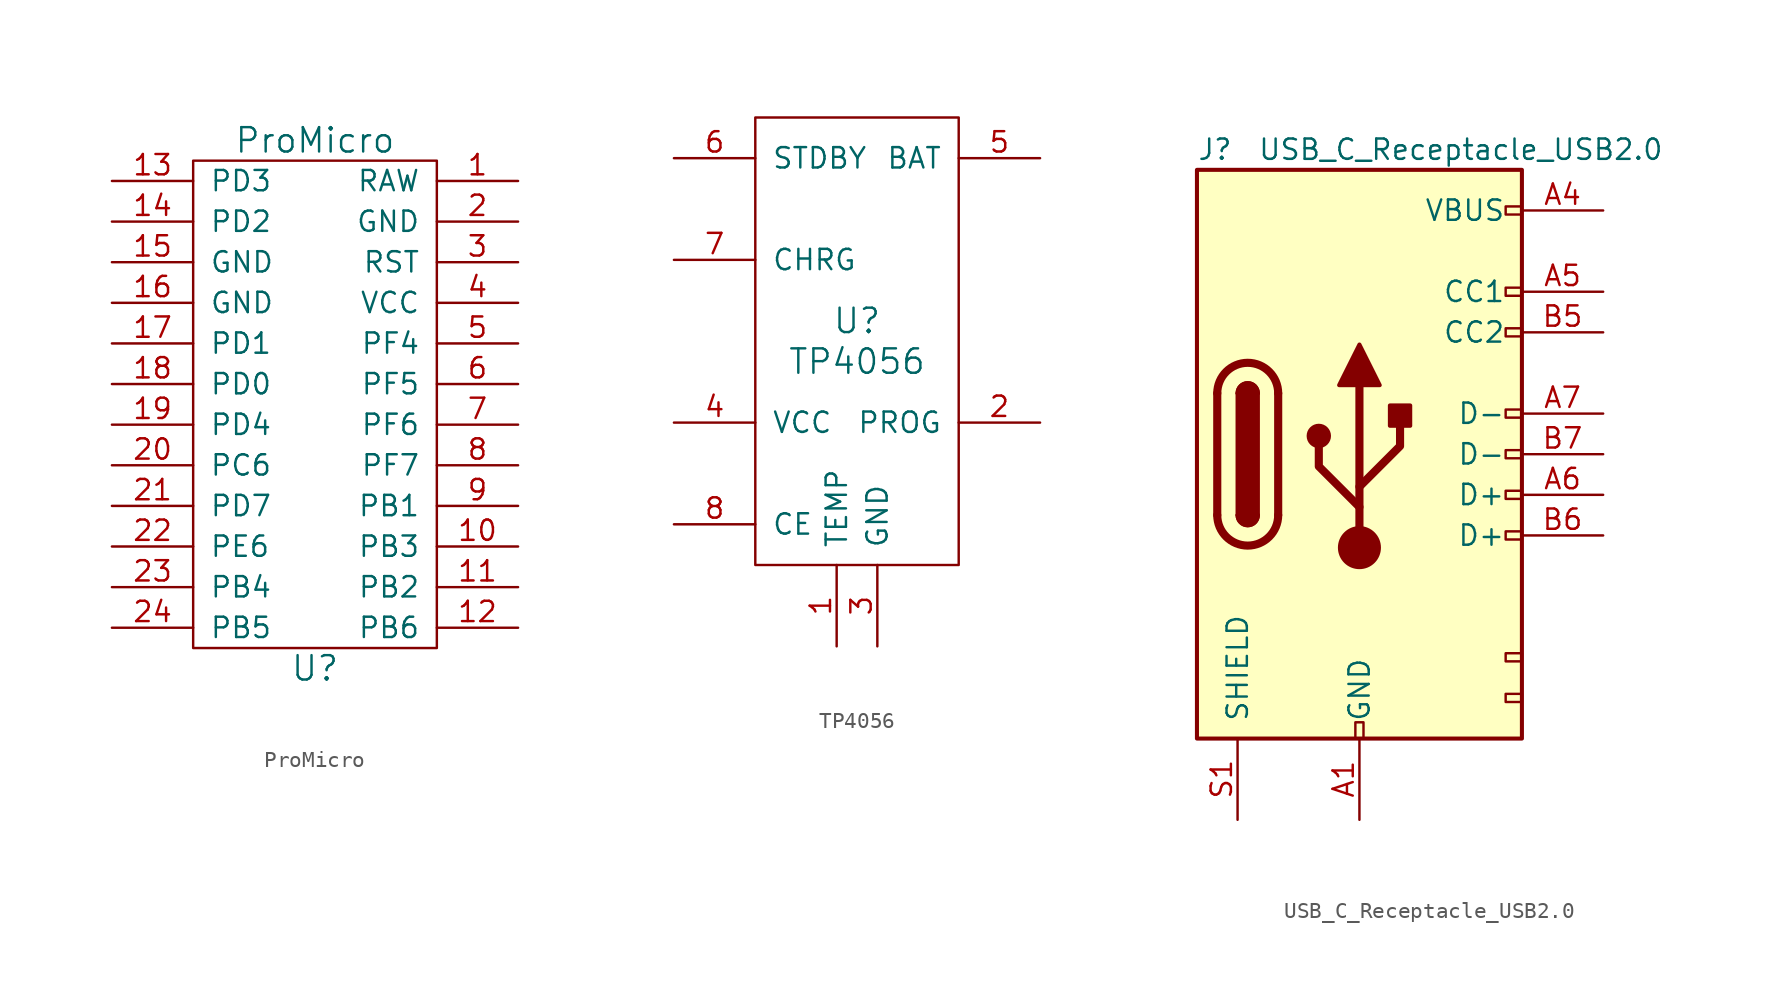
<source format=kicad_sym>
(kicad_symbol_lib
  (version 20211014)
  (generator kicad_symbol_editor)
  (symbol "ProMicro"
    (pin_names
      (offset 1.016))
    (property "Reference" "U"
      (at 0 -21.59 0)
      (effects (font (size 1.524 1.524))))
    (property "Value" "ProMicro"
      (at 0 11.43 0)
      (effects (font (size 1.524 1.524))))
    (symbol "ProMicro_0_1"
      (rectangle (start 7.62 10.16) (end -7.62 -20.32) (stroke (width 0) (type default) (color 0 0 0 0)) (fill (type none))))
    (symbol "ProMicro_1_1"
      (pin input line (at 12.7 8.89 180) (length 5.08) (name "RAW" (effects (font (size 1.27 1.27)))) (number "1" (effects (font (size 1.27 1.27)))))
      (pin input line (at 12.7 -13.97 180) (length 5.08) (name "PB3" (effects (font (size 1.27 1.27)))) (number "10" (effects (font (size 1.27 1.27)))))
      (pin input line (at 12.7 -16.51 180) (length 5.08) (name "PB2" (effects (font (size 1.27 1.27)))) (number "11" (effects (font (size 1.27 1.27)))))
      (pin input line (at 12.7 -19.05 180) (length 5.08) (name "PB6" (effects (font (size 1.27 1.27)))) (number "12" (effects (font (size 1.27 1.27)))))
      (pin input line (at -12.7 8.89 0) (length 5.08) (name "PD3" (effects (font (size 1.27 1.27)))) (number "13" (effects (font (size 1.27 1.27)))))
      (pin input line (at -12.7 6.35 0) (length 5.08) (name "PD2" (effects (font (size 1.27 1.27)))) (number "14" (effects (font (size 1.27 1.27)))))
      (pin input line (at -12.7 3.81 0) (length 5.08) (name "GND" (effects (font (size 1.27 1.27)))) (number "15" (effects (font (size 1.27 1.27)))))
      (pin input line (at -12.7 1.27 0) (length 5.08) (name "GND" (effects (font (size 1.27 1.27)))) (number "16" (effects (font (size 1.27 1.27)))))
      (pin input line (at -12.7 -1.27 0) (length 5.08) (name "PD1" (effects (font (size 1.27 1.27)))) (number "17" (effects (font (size 1.27 1.27)))))
      (pin input line (at -12.7 -3.81 0) (length 5.08) (name "PD0" (effects (font (size 1.27 1.27)))) (number "18" (effects (font (size 1.27 1.27)))))
      (pin input line (at -12.7 -6.35 0) (length 5.08) (name "PD4" (effects (font (size 1.27 1.27)))) (number "19" (effects (font (size 1.27 1.27)))))
      (pin input line (at 12.7 6.35 180) (length 5.08) (name "GND" (effects (font (size 1.27 1.27)))) (number "2" (effects (font (size 1.27 1.27)))))
      (pin input line (at -12.7 -8.89 0) (length 5.08) (name "PC6" (effects (font (size 1.27 1.27)))) (number "20" (effects (font (size 1.27 1.27)))))
      (pin input line (at -12.7 -11.43 0) (length 5.08) (name "PD7" (effects (font (size 1.27 1.27)))) (number "21" (effects (font (size 1.27 1.27)))))
      (pin input line (at -12.7 -13.97 0) (length 5.08) (name "PE6" (effects (font (size 1.27 1.27)))) (number "22" (effects (font (size 1.27 1.27)))))
      (pin input line (at -12.7 -16.51 0) (length 5.08) (name "PB4" (effects (font (size 1.27 1.27)))) (number "23" (effects (font (size 1.27 1.27)))))
      (pin input line (at -12.7 -19.05 0) (length 5.08) (name "PB5" (effects (font (size 1.27 1.27)))) (number "24" (effects (font (size 1.27 1.27)))))
      (pin input line (at 12.7 3.81 180) (length 5.08) (name "RST" (effects (font (size 1.27 1.27)))) (number "3" (effects (font (size 1.27 1.27)))))
      (pin input line (at 12.7 1.27 180) (length 5.08) (name "VCC" (effects (font (size 1.27 1.27)))) (number "4" (effects (font (size 1.27 1.27)))))
      (pin input line (at 12.7 -1.27 180) (length 5.08) (name "PF4" (effects (font (size 1.27 1.27)))) (number "5" (effects (font (size 1.27 1.27)))))
      (pin input line (at 12.7 -3.81 180) (length 5.08) (name "PF5" (effects (font (size 1.27 1.27)))) (number "6" (effects (font (size 1.27 1.27)))))
      (pin input line (at 12.7 -6.35 180) (length 5.08) (name "PF6" (effects (font (size 1.27 1.27)))) (number "7" (effects (font (size 1.27 1.27)))))
      (pin input line (at 12.7 -8.89 180) (length 5.08) (name "PF7" (effects (font (size 1.27 1.27)))) (number "8" (effects (font (size 1.27 1.27)))))
      (pin input line (at 12.7 -11.43 180) (length 5.08) (name "PB1" (effects (font (size 1.27 1.27)))) (number "9" (effects (font (size 1.27 1.27)))))))
  (symbol "TP4056"
    (pin_names
      (offset 1.016))
    (property "Reference" "U"
      (at 0 1.27 0)
      (effects (font (size 1.524 1.524))))
    (property "Value" "TP4056"
      (at 0 -1.27 0)
      (effects (font (size 1.524 1.524))))
    (symbol "TP4056_0_1"
      (rectangle (start -6.35 -13.97) (end 6.35 13.97) (stroke (width 0) (type default) (color 0 0 0 0)) (fill (type none))))
    (symbol "TP4056_1_1"
      (pin input line (at -1.27 -19.05 90) (length 5.08) (name "TEMP" (effects (font (size 1.27 1.27)))) (number "1" (effects (font (size 1.27 1.27)))))
      (pin input line (at 11.43 -5.08 180) (length 5.08) (name "PROG" (effects (font (size 1.27 1.27)))) (number "2" (effects (font (size 1.27 1.27)))))
      (pin power_in line (at 1.27 -19.05 90) (length 5.08) (name "GND" (effects (font (size 1.27 1.27)))) (number "3" (effects (font (size 1.27 1.27)))))
      (pin power_in line (at -11.43 -5.08 0) (length 5.08) (name "VCC" (effects (font (size 1.27 1.27)))) (number "4" (effects (font (size 1.27 1.27)))))
      (pin power_out line (at 11.43 11.43 180) (length 5.08) (name "BAT" (effects (font (size 1.27 1.27)))) (number "5" (effects (font (size 1.27 1.27)))))
      (pin input line (at -11.43 11.43 0) (length 5.08) (name "STDBY" (effects (font (size 1.27 1.27)))) (number "6" (effects (font (size 1.27 1.27)))))
      (pin input line (at -11.43 5.08 0) (length 5.08) (name "CHRG" (effects (font (size 1.27 1.27)))) (number "7" (effects (font (size 1.27 1.27)))))
      (pin input line (at -11.43 -11.43 0) (length 5.08) (name "CE" (effects (font (size 1.27 1.27)))) (number "8" (effects (font (size 1.27 1.27)))))))
  (symbol "USB_C_Receptacle_USB2.0"
    (pin_names
      (offset 1.016))
    (property "Reference" "J"
      (at -10.16 19.05 0)
      (effects (font (size 1.27 1.27)) (justify left)))
    (property "Value" "USB_C_Receptacle_USB2.0"
      (at 19.05 19.05 0)
      (effects (font (size 1.27 1.27)) (justify right)))
    (symbol "USB_C_Receptacle_USB2.0_0_0"
      (rectangle (start -0.254 -17.78) (end 0.254 -16.764) (stroke (width 0) (type default) (color 0 0 0 0)) (fill (type none)))
      (rectangle (start 10.16 -14.986) (end 9.144 -15.494) (stroke (width 0) (type default) (color 0 0 0 0)) (fill (type none)))
      (rectangle (start 10.16 -12.446) (end 9.144 -12.954) (stroke (width 0) (type default) (color 0 0 0 0)) (fill (type none)))
      (rectangle (start 10.16 -4.826) (end 9.144 -5.334) (stroke (width 0) (type default) (color 0 0 0 0)) (fill (type none)))
      (rectangle (start 10.16 -2.286) (end 9.144 -2.794) (stroke (width 0) (type default) (color 0 0 0 0)) (fill (type none)))
      (rectangle (start 10.16 0.254) (end 9.144 -0.254) (stroke (width 0) (type default) (color 0 0 0 0)) (fill (type none)))
      (rectangle (start 10.16 2.794) (end 9.144 2.286) (stroke (width 0) (type default) (color 0 0 0 0)) (fill (type none)))
      (rectangle (start 10.16 7.874) (end 9.144 7.366) (stroke (width 0) (type default) (color 0 0 0 0)) (fill (type none)))
      (rectangle (start 10.16 10.414) (end 9.144 9.906) (stroke (width 0) (type default) (color 0 0 0 0)) (fill (type none)))
      (rectangle (start 10.16 15.494) (end 9.144 14.986) (stroke (width 0) (type default) (color 0 0 0 0)) (fill (type none))))
    (symbol "USB_C_Receptacle_USB2.0_0_1"
      (rectangle (start -10.16 17.78) (end 10.16 -17.78) (stroke (width 0.254) (type default) (color 0 0 0 0)) (fill (type background)))
      (arc (start -8.89 -3.81) (mid -6.985 -5.715) (end -5.08 -3.81) (stroke (width 0.508) (type default) (color 0 0 0 0)) (fill (type none)))
      (arc (start -7.62 -3.81) (mid -6.985 -4.445) (end -6.35 -3.81) (stroke (width 0.254) (type default) (color 0 0 0 0)) (fill (type none)))
      (arc (start -7.62 -3.81) (mid -6.985 -4.445) (end -6.35 -3.81) (stroke (width 0.254) (type default) (color 0 0 0 0)) (fill (type outline)))
      (rectangle (start -7.62 -3.81) (end -6.35 3.81) (stroke (width 0.254) (type default) (color 0 0 0 0)) (fill (type outline)))
      (arc (start -6.35 3.81) (mid -6.985 4.445) (end -7.62 3.81) (stroke (width 0.254) (type default) (color 0 0 0 0)) (fill (type none)))
      (arc (start -6.35 3.81) (mid -6.985 4.445) (end -7.62 3.81) (stroke (width 0.254) (type default) (color 0 0 0 0)) (fill (type outline)))
      (arc (start -5.08 3.81) (mid -6.985 5.715) (end -8.89 3.81) (stroke (width 0.508) (type default) (color 0 0 0 0)) (fill (type none)))
      (circle (center -2.54 1.143) (radius 0.635) (stroke (width 0.254) (type default) (color 0 0 0 0)) (fill (type outline)))
      (circle (center 0 -5.842) (radius 1.27) (stroke (width 0) (type default) (color 0 0 0 0)) (fill (type outline)))
      (polyline (pts (xy -8.89 -3.81) (xy -8.89 3.81)) (stroke (width 0.508) (type default) (color 0 0 0 0)) (fill (type none)))
      (polyline (pts (xy -5.08 3.81) (xy -5.08 -3.81)) (stroke (width 0.508) (type default) (color 0 0 0 0)) (fill (type none)))
      (polyline (pts (xy 0 -5.842) (xy 0 4.318)) (stroke (width 0.508) (type default) (color 0 0 0 0)) (fill (type none)))
      (polyline (pts (xy 0 -3.302) (xy -2.54 -0.762) (xy -2.54 0.508)) (stroke (width 0.508) (type default) (color 0 0 0 0)) (fill (type none)))
      (polyline (pts (xy 0 -2.032) (xy 2.54 0.508) (xy 2.54 1.778)) (stroke (width 0.508) (type default) (color 0 0 0 0)) (fill (type none)))
      (polyline (pts (xy -1.27 4.318) (xy 0 6.858) (xy 1.27 4.318) (xy -1.27 4.318)) (stroke (width 0.254) (type default) (color 0 0 0 0)) (fill (type outline)))
      (rectangle (start 1.905 1.778) (end 3.175 3.048) (stroke (width 0.254) (type default) (color 0 0 0 0)) (fill (type outline))))
    (symbol "USB_C_Receptacle_USB2.0_1_1"
      (pin power_in line (at 0 -22.86 90) (length 5.08) (name "GND" (effects (font (size 1.27 1.27)))) (number "A1" (effects (font (size 1.27 1.27)))))
      (pin power_in line (at 15.24 15.24 180) (length 5.08) (name "VBUS" (effects (font (size 1.27 1.27)))) (number "A4" (effects (font (size 1.27 1.27)))))
      (pin bidirectional line (at 15.24 10.16 180) (length 5.08) (name "CC1" (effects (font (size 1.27 1.27)))) (number "A5" (effects (font (size 1.27 1.27)))))
      (pin bidirectional line (at 15.24 -2.54 180) (length 5.08) (name "D+" (effects (font (size 1.27 1.27)))) (number "A6" (effects (font (size 1.27 1.27)))))
      (pin bidirectional line (at 15.24 2.54 180) (length 5.08) (name "D-" (effects (font (size 1.27 1.27)))) (number "A7" (effects (font (size 1.27 1.27)))))
      (pin bidirectional line (at 15.24 7.62 180) (length 5.08) (name "CC2" (effects (font (size 1.27 1.27)))) (number "B5" (effects (font (size 1.27 1.27)))))
      (pin bidirectional line (at 15.24 -5.08 180) (length 5.08) (name "D+" (effects (font (size 1.27 1.27)))) (number "B6" (effects (font (size 1.27 1.27)))))
      (pin bidirectional line (at 15.24 0 180) (length 5.08) (name "D-" (effects (font (size 1.27 1.27)))) (number "B7" (effects (font (size 1.27 1.27)))))
      (pin passive line (at -7.62 -22.86 90) (length 5.08) (name "SHIELD" (effects (font (size 1.27 1.27)))) (number "S1" (effects (font (size 1.27 1.27))))))))
</source>
